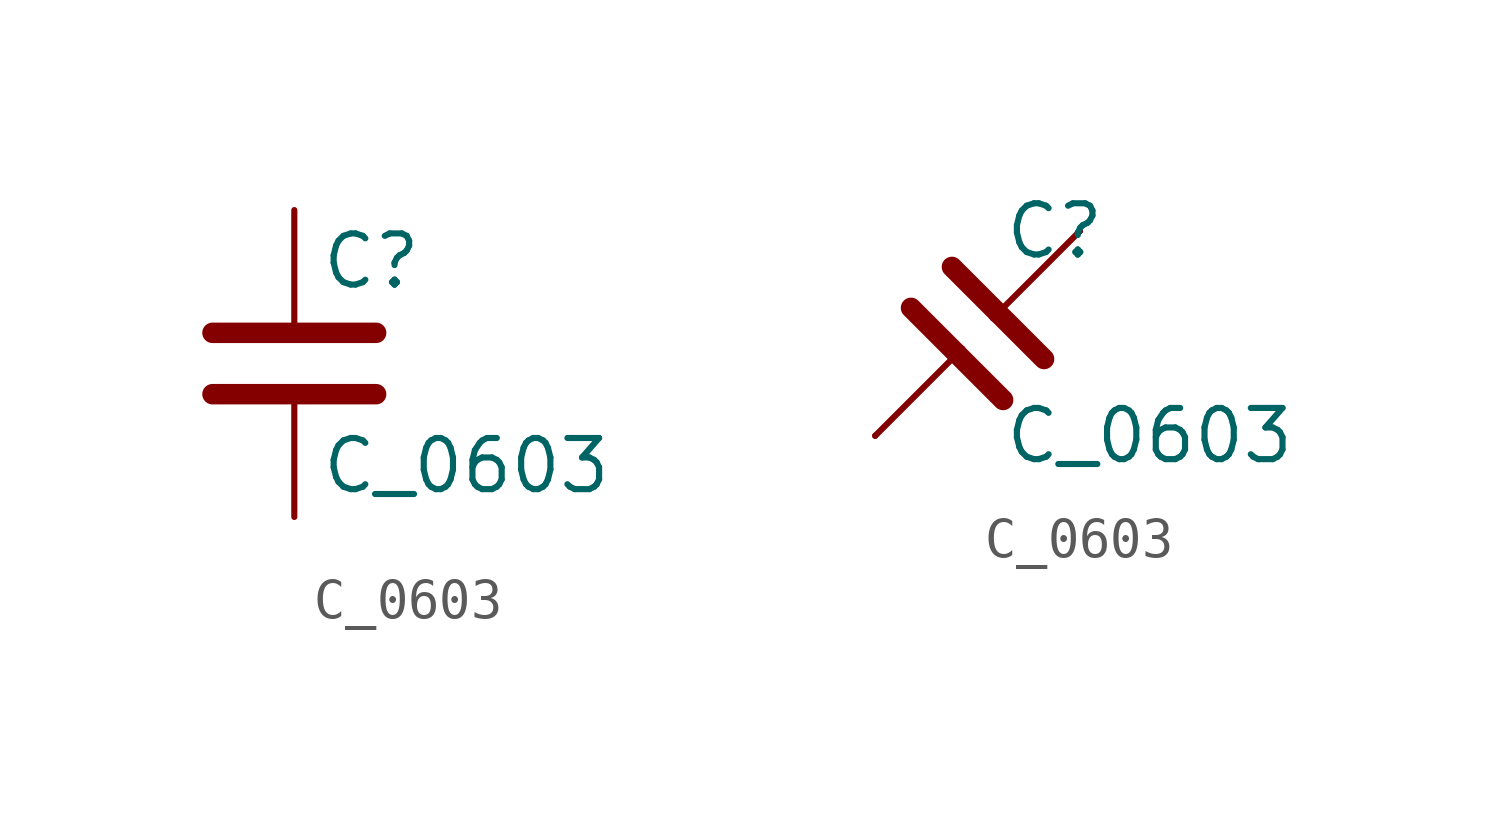
<source format=kicad_sym>
(kicad_symbol_lib
  (version 20231120)
  (generator "kicad_symbol_editor")
  (generator_version "8.0")
  (symbol "C_0603"
    (pin_numbers hide)
    (pin_names
      (offset 0.254))
    (property "Reference" "C"
      (at 0.635 2.54 0)
      (effects (font (size 1.27 1.27)) (justify left)))
    (property "Value" "C_0603"
      (at 0.635 -2.54 0)
      (effects (font (size 1.27 1.27)) (justify left)))
    (symbol "C_0603_0_1"
      (polyline (pts (xy -2.032 -0.762) (xy 2.032 -0.762)) (stroke (width 0.508) (type default)) (fill (type none)))
      (polyline (pts (xy -2.032 0.762) (xy 2.032 0.762)) (stroke (width 0.508) (type default)) (fill (type none))))
    (symbol "C_0603_0_2"
      (polyline (pts (xy -2.54 -2.54) (xy -0.381 -0.381)) (stroke (width 0) (type default)) (fill (type none)))
      (polyline (pts (xy -0.508 -0.508) (xy -1.651 0.635)) (stroke (width 0.508) (type default)) (fill (type none)))
      (polyline (pts (xy -0.508 -0.508) (xy 0.635 -1.651)) (stroke (width 0.508) (type default)) (fill (type none)))
      (polyline (pts (xy 0.381 0.381) (xy 2.54 2.54)) (stroke (width 0) (type default)) (fill (type none)))
      (polyline (pts (xy 0.508 0.508) (xy -0.635 1.651)) (stroke (width 0.508) (type default)) (fill (type none)))
      (polyline (pts (xy 0.508 0.508) (xy 1.651 -0.635)) (stroke (width 0.508) (type default)) (fill (type none))))
    (symbol "C_0603_1_1"
      (pin passive line (at 0 3.81 270) (length 2.794) (name "~" (effects (font (size 1.27 1.27)))) (number "1" (effects (font (size 1.27 1.27)))))
      (pin passive line (at 0 -3.81 90) (length 2.794) (name "~" (effects (font (size 1.27 1.27)))) (number "2" (effects (font (size 1.27 1.27))))))
    (symbol "C_0603_1_2"
      (pin passive line (at 2.54 2.54 270) (length 0) (name "~" (effects (font (size 1.27 1.27)))) (number "1" (effects (font (size 1.27 1.27)))))
      (pin passive line (at -2.54 -2.54 90) (length 0) (name "~" (effects (font (size 1.27 1.27)))) (number "2" (effects (font (size 1.27 1.27))))))))
</source>
